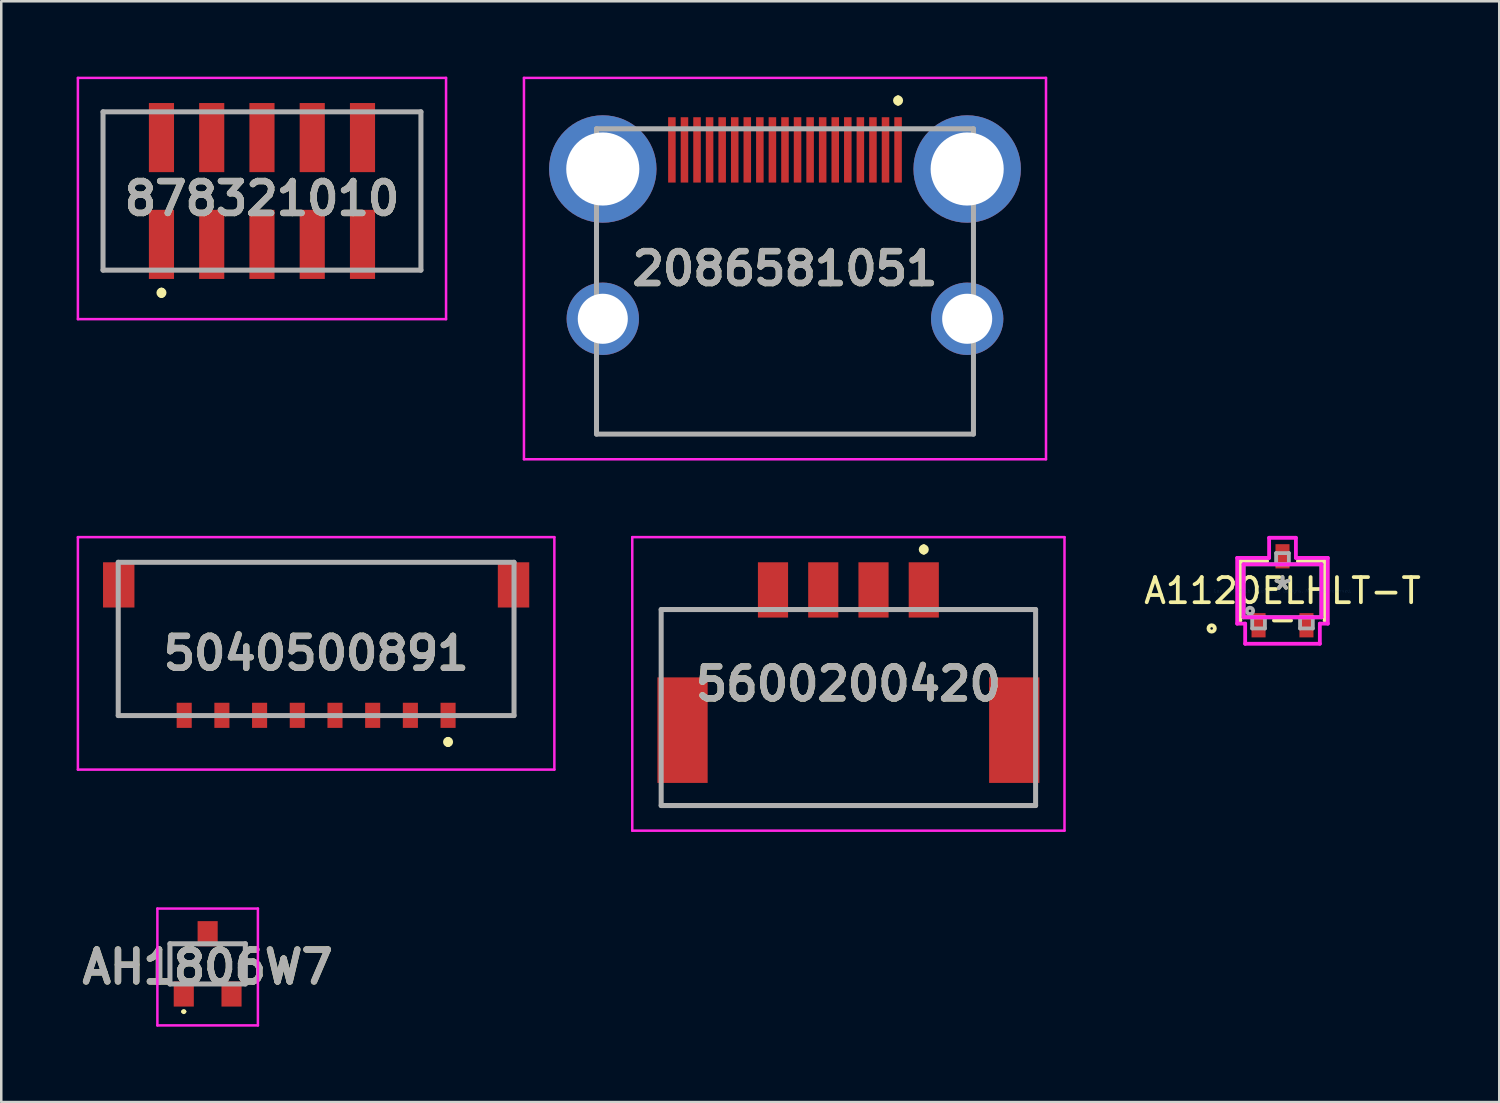
<source format=kicad_pcb>
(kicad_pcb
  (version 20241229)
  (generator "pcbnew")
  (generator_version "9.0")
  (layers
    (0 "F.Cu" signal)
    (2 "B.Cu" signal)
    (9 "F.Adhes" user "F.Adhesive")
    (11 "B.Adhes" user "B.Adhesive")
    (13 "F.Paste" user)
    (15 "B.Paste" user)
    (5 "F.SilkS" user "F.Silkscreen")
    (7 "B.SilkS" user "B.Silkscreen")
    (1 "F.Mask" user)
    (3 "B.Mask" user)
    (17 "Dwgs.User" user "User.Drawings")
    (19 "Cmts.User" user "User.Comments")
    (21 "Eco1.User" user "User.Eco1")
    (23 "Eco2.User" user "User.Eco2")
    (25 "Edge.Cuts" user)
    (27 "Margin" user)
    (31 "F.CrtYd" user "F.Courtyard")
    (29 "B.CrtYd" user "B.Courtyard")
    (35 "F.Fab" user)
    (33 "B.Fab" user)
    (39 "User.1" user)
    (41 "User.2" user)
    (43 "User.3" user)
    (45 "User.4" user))
  (footprint "A1120ELHLT-T"
    (layer "F.Cu")
    (at 47.985 20.459)
    (property "Reference" "A1120ELHLT-T" (at 0 0 0) (layer "F.SilkS") (effects (font (size 1 1) (thickness 0.15))))
    (attr through_hole)
    (fp_line (start -1.676 -1.181) (end -1.676 1.181) (stroke (width 0.152) (type solid)) (layer "F.SilkS"))
    (fp_line (start -0.612 -1.181) (end -1.676 -1.181) (stroke (width 0.152) (type solid)) (layer "F.SilkS"))
    (fp_line (start -0.34 1.181) (end 0.34 1.181) (stroke (width 0.152) (type solid)) (layer "F.SilkS"))
    (fp_line (start 1.676 -1.181) (end 0.612 -1.181) (stroke (width 0.152) (type solid)) (layer "F.SilkS"))
    (fp_line (start 1.676 1.181) (end 1.676 -1.181) (stroke (width 0.152) (type solid)) (layer "F.SilkS"))
    (fp_circle (center -2.819 1.499) (end -2.692 1.499) (stroke (width 0.152) (type solid)) (fill no) (layer "F.SilkS"))
    (fp_line (start -1.803 -1.308) (end -0.533 -1.308) (stroke (width 0.152) (type solid)) (layer "F.CrtYd"))
    (fp_line (start -1.803 1.308) (end -1.803 -1.308) (stroke (width 0.152) (type solid)) (layer "F.CrtYd"))
    (fp_line (start -1.549 -1.054) (end 1.549 -1.054) (stroke (width 0.152) (type solid)) (layer "F.CrtYd"))
    (fp_line (start -1.549 1.054) (end -1.549 -1.054) (stroke (width 0.152) (type solid)) (layer "F.CrtYd"))
    (fp_line (start -1.486 1.308) (end -1.803 1.308) (stroke (width 0.152) (type solid)) (layer "F.CrtYd"))
    (fp_line (start -1.486 2.108) (end -1.486 1.308) (stroke (width 0.152) (type solid)) (layer "F.CrtYd"))
    (fp_line (start -0.533 -2.108) (end 0.533 -2.108) (stroke (width 0.152) (type solid)) (layer "F.CrtYd"))
    (fp_line (start -0.533 -1.308) (end -0.533 -2.108) (stroke (width 0.152) (type solid)) (layer "F.CrtYd"))
    (fp_line (start 0.533 -2.108) (end 0.533 -1.308) (stroke (width 0.152) (type solid)) (layer "F.CrtYd"))
    (fp_line (start 0.533 -1.308) (end 1.803 -1.308) (stroke (width 0.152) (type solid)) (layer "F.CrtYd"))
    (fp_line (start 1.486 1.308) (end 1.486 2.108) (stroke (width 0.152) (type solid)) (layer "F.CrtYd"))
    (fp_line (start 1.486 2.108) (end -1.486 2.108) (stroke (width 0.152) (type solid)) (layer "F.CrtYd"))
    (fp_line (start 1.549 -1.054) (end 1.549 1.054) (stroke (width 0.152) (type solid)) (layer "F.CrtYd"))
    (fp_line (start 1.549 1.054) (end -1.549 1.054) (stroke (width 0.152) (type solid)) (layer "F.CrtYd"))
    (fp_line (start 1.803 -1.308) (end 1.803 1.308) (stroke (width 0.152) (type solid)) (layer "F.CrtYd"))
    (fp_line (start 1.803 1.308) (end 1.486 1.308) (stroke (width 0.152) (type solid)) (layer "F.CrtYd"))
    (fp_line (start -1.549 -1.054) (end -1.549 1.054) (stroke (width 0.152) (type solid)) (layer "F.Fab"))
    (fp_line (start -1.549 1.054) (end 1.549 1.054) (stroke (width 0.152) (type solid)) (layer "F.Fab"))
    (fp_line (start -1.206 1.054) (end -1.206 1.499) (stroke (width 0.152) (type solid)) (layer "F.Fab"))
    (fp_line (start -1.206 1.499) (end -0.699 1.499) (stroke (width 0.152) (type solid)) (layer "F.Fab"))
    (fp_line (start -0.699 1.054) (end -1.206 1.054) (stroke (width 0.152) (type solid)) (layer "F.Fab"))
    (fp_line (start -0.699 1.499) (end -0.699 1.054) (stroke (width 0.152) (type solid)) (layer "F.Fab"))
    (fp_line (start -0.254 -1.499) (end -0.254 -1.054) (stroke (width 0.152) (type solid)) (layer "F.Fab"))
    (fp_line (start -0.254 -1.054) (end 0.254 -1.054) (stroke (width 0.152) (type solid)) (layer "F.Fab"))
    (fp_line (start 0.254 -1.499) (end -0.254 -1.499) (stroke (width 0.152) (type solid)) (layer "F.Fab"))
    (fp_line (start 0.254 -1.054) (end 0.254 -1.499) (stroke (width 0.152) (type solid)) (layer "F.Fab"))
    (fp_line (start 0.699 1.054) (end 0.699 1.499) (stroke (width 0.152) (type solid)) (layer "F.Fab"))
    (fp_line (start 0.699 1.499) (end 1.206 1.499) (stroke (width 0.152) (type solid)) (layer "F.Fab"))
    (fp_line (start 1.206 1.054) (end 0.699 1.054) (stroke (width 0.152) (type solid)) (layer "F.Fab"))
    (fp_line (start 1.206 1.499) (end 1.206 1.054) (stroke (width 0.152) (type solid)) (layer "F.Fab"))
    (fp_line (start 1.549 -1.054) (end -1.549 -1.054) (stroke (width 0.152) (type solid)) (layer "F.Fab"))
    (fp_line (start 1.549 1.054) (end 1.549 -1.054) (stroke (width 0.152) (type solid)) (layer "F.Fab"))
    (fp_circle (center -1.295 0.8) (end -1.168 0.8) (stroke (width 0.152) (type solid)) (fill no) (layer "F.Fab"))
    (fp_text user "*" (at 0 0 0) (layer "F.SilkS") (effects (font (size 1 1) (thickness 0.15))))
    (fp_text user "Copyright 2016 Accelerated Designs. All rights reserved." (at 0 0 0) (layer "Cmts.User") (effects (font (size 0.127 0.127) (thickness 0.002))))
    (fp_text user "*" (at 0 0 0) (layer "F.Fab") (effects (font (size 1 1) (thickness 0.15))))
    (pad "1" smd rect (at -0.953 1.372) (size 0.559 0.965) (layers "F.Cu" "F.Mask" "F.Paste"))
    (pad "2" smd rect (at 0.953 1.372) (size 0.559 0.965) (layers "F.Cu" "F.Mask" "F.Paste"))
    (pad "3" smd rect (at 0 -1.372) (size 0.559 0.965) (layers "F.Cu" "F.Mask" "F.Paste")))
  (footprint "5040500891"
    (layer "F.Cu")
    (at 16.76 22.375)
    (property "Reference" "5040500891" (at -7.23 0.575 0) (layer "F.SilkS") (effects (font (size 1.27 1.27) (thickness 0.254))))
    (attr smd)
    (fp_line (start -15.105 -1) (end -15.105 3.05) (stroke (width 0.1) (type solid)) (layer "F.SilkS"))
    (fp_line (start -15.105 3.05) (end -13.23 3.05) (stroke (width 0.1) (type solid)) (layer "F.SilkS"))
    (fp_line (start -14.23 -3.05) (end -0.23 -3.05) (stroke (width 0.1) (type solid)) (layer "F.SilkS"))
    (fp_line (start -1.98 4) (end -1.98 4) (stroke (width 0.2) (type solid)) (layer "F.SilkS"))
    (fp_line (start -1.98 4.2) (end -1.98 4.2) (stroke (width 0.2) (type solid)) (layer "F.SilkS"))
    (fp_line (start 0.645 -1) (end 0.645 3.05) (stroke (width 0.1) (type solid)) (layer "F.SilkS"))
    (fp_line (start 0.645 3.05) (end -1.23 3.05) (stroke (width 0.1) (type solid)) (layer "F.SilkS"))
    (fp_arc (start -1.98 4) (mid -1.88 4.1) (end -1.98 4.2) (stroke (width 0.2) (type solid)) (layer "F.SilkS"))
    (fp_arc (start -1.98 4.2) (mid -2.08 4.1) (end -1.98 4) (stroke (width 0.2) (type solid)) (layer "F.SilkS"))
    (fp_line (start -16.71 -4.05) (end 2.25 -4.05) (stroke (width 0.1) (type solid)) (layer "F.CrtYd"))
    (fp_line (start -16.71 5.2) (end -16.71 -4.05) (stroke (width 0.1) (type solid)) (layer "F.CrtYd"))
    (fp_line (start 2.25 -4.05) (end 2.25 5.2) (stroke (width 0.1) (type solid)) (layer "F.CrtYd"))
    (fp_line (start 2.25 5.2) (end -16.71 5.2) (stroke (width 0.1) (type solid)) (layer "F.CrtYd"))
    (fp_line (start -15.105 -3.05) (end 0.645 -3.05) (stroke (width 0.2) (type solid)) (layer "F.Fab"))
    (fp_line (start -15.105 3.05) (end -15.105 -3.05) (stroke (width 0.2) (type solid)) (layer "F.Fab"))
    (fp_line (start 0.645 -3.05) (end 0.645 3.05) (stroke (width 0.2) (type solid)) (layer "F.Fab"))
    (fp_line (start 0.645 3.05) (end -15.105 3.05) (stroke (width 0.2) (type solid)) (layer "F.Fab"))
    (fp_text user "${REFERENCE}" (at -7.23 0.575 0) (layer "F.Fab") (effects (font (size 1.27 1.27) (thickness 0.254))))
    (pad "1" smd rect (at -1.98 3.04) (size 0.6 1) (layers "F.Cu" "F.Mask" "F.Paste"))
    (pad "2" smd rect (at -3.48 3.04) (size 0.6 1) (layers "F.Cu" "F.Mask" "F.Paste"))
    (pad "3" smd rect (at -4.98 3.04) (size 0.6 1) (layers "F.Cu" "F.Mask" "F.Paste"))
    (pad "4" smd rect (at -6.48 3.04) (size 0.6 1) (layers "F.Cu" "F.Mask" "F.Paste"))
    (pad "5" smd rect (at -7.98 3.04) (size 0.6 1) (layers "F.Cu" "F.Mask" "F.Paste"))
    (pad "6" smd rect (at -9.48 3.04) (size 0.6 1) (layers "F.Cu" "F.Mask" "F.Paste"))
    (pad "7" smd rect (at -10.98 3.04) (size 0.6 1) (layers "F.Cu" "F.Mask" "F.Paste"))
    (pad "8" smd rect (at -12.48 3.04) (size 0.6 1) (layers "F.Cu" "F.Mask" "F.Paste"))
    (pad "MP1" smd rect (at 0.625 -2.15) (size 1.25 1.8) (layers "F.Cu" "F.Mask" "F.Paste"))
    (pad "MP2" smd rect (at -15.085 -2.15) (size 1.25 1.8) (layers "F.Cu" "F.Mask" "F.Paste")))
  (footprint "5600200420"
    (layer "F.Cu")
    (at 30.71 24.715)
    (property "Reference" "5600200420" (at 0 -0.55 0) (layer "F.SilkS") (effects (font (size 1.27 1.27) (thickness 0.254))))
    (attr smd)
    (fp_line (start -7.45 -3.51) (end -4.5 -3.51) (stroke (width 0.1) (type solid)) (layer "F.SilkS"))
    (fp_line (start -7.45 -1.71) (end -7.45 -3.51) (stroke (width 0.1) (type solid)) (layer "F.SilkS"))
    (fp_line (start -7.45 4.29) (end 7.45 4.29) (stroke (width 0.1) (type solid)) (layer "F.SilkS"))
    (fp_line (start 3 -6) (end 3 -6) (stroke (width 0.2) (type solid)) (layer "F.SilkS"))
    (fp_line (start 3 -5.8) (end 3 -5.8) (stroke (width 0.2) (type solid)) (layer "F.SilkS"))
    (fp_line (start 7.45 -3.51) (end 4.5 -3.51) (stroke (width 0.1) (type solid)) (layer "F.SilkS"))
    (fp_line (start 7.45 -1.71) (end 7.45 -3.51) (stroke (width 0.1) (type solid)) (layer "F.SilkS"))
    (fp_arc (start 3 -6) (mid 3.1 -5.9) (end 3 -5.8) (stroke (width 0.2) (type solid)) (layer "F.SilkS"))
    (fp_arc (start 3 -5.8) (mid 2.9 -5.9) (end 3 -6) (stroke (width 0.2) (type solid)) (layer "F.SilkS"))
    (fp_line (start -8.6 -6.39) (end 8.6 -6.39) (stroke (width 0.1) (type solid)) (layer "F.CrtYd"))
    (fp_line (start -8.6 5.29) (end -8.6 -6.39) (stroke (width 0.1) (type solid)) (layer "F.CrtYd"))
    (fp_line (start 8.6 -6.39) (end 8.6 5.29) (stroke (width 0.1) (type solid)) (layer "F.CrtYd"))
    (fp_line (start 8.6 5.29) (end -8.6 5.29) (stroke (width 0.1) (type solid)) (layer "F.CrtYd"))
    (fp_line (start -7.45 -3.51) (end 7.45 -3.51) (stroke (width 0.2) (type solid)) (layer "F.Fab"))
    (fp_line (start -7.45 4.29) (end -7.45 -3.51) (stroke (width 0.2) (type solid)) (layer "F.Fab"))
    (fp_line (start 7.45 -3.51) (end 7.45 4.29) (stroke (width 0.2) (type solid)) (layer "F.Fab"))
    (fp_line (start 7.45 4.29) (end -7.45 4.29) (stroke (width 0.2) (type solid)) (layer "F.Fab"))
    (fp_text user "${REFERENCE}" (at 0 -0.55 0) (layer "F.Fab") (effects (font (size 1.27 1.27) (thickness 0.254))))
    (pad "1" smd rect (at 3 -4.29) (size 1.2 2.2) (layers "F.Cu" "F.Mask" "F.Paste"))
    (pad "2" smd rect (at 1 -4.29) (size 1.2 2.2) (layers "F.Cu" "F.Mask" "F.Paste"))
    (pad "3" smd rect (at -1 -4.29) (size 1.2 2.2) (layers "F.Cu" "F.Mask" "F.Paste"))
    (pad "4" smd rect (at -3 -4.29) (size 1.2 2.2) (layers "F.Cu" "F.Mask" "F.Paste"))
    (pad "MP1" smd rect (at -6.6 1.29) (size 2 4.2) (layers "F.Cu" "F.Mask" "F.Paste"))
    (pad "MP2" smd rect (at 6.6 1.29) (size 2 4.2) (layers "F.Cu" "F.Mask" "F.Paste")))
  (footprint "AH1806W7"
    (layer "F.Cu")
    (at 5.213 35.305)
    (property "Reference" "AH1806W7" (at 0 0.125 0) (layer "F.SilkS") (effects (font (size 1.27 1.27) (thickness 0.254))))
    (attr smd)
    (fp_line (start -1.5 -0.8) (end -1.5 0.8) (stroke (width 0.1) (type solid)) (layer "F.SilkS"))
    (fp_line (start -1 1.9) (end -1 1.9) (stroke (width 0.1) (type solid)) (layer "F.SilkS"))
    (fp_line (start -0.95 -0.8) (end -1.5 -0.8) (stroke (width 0.1) (type solid)) (layer "F.SilkS"))
    (fp_line (start -0.9 1.9) (end -0.9 1.9) (stroke (width 0.1) (type solid)) (layer "F.SilkS"))
    (fp_line (start 1.5 -0.8) (end 1 -0.8) (stroke (width 0.1) (type solid)) (layer "F.SilkS"))
    (fp_line (start 1.5 0.8) (end 1.5 -0.8) (stroke (width 0.1) (type solid)) (layer "F.SilkS"))
    (fp_arc (start -1 1.9) (mid -0.95 1.85) (end -0.9 1.9) (stroke (width 0.1) (type solid)) (layer "F.SilkS"))
    (fp_arc (start -0.9 1.9) (mid -0.95 1.95) (end -1 1.9) (stroke (width 0.1) (type solid)) (layer "F.SilkS"))
    (fp_line (start -2 -2.2) (end 2 -2.2) (stroke (width 0.1) (type solid)) (layer "F.CrtYd"))
    (fp_line (start -2 2.45) (end -2 -2.2) (stroke (width 0.1) (type solid)) (layer "F.CrtYd"))
    (fp_line (start 2 -2.2) (end 2 2.45) (stroke (width 0.1) (type solid)) (layer "F.CrtYd"))
    (fp_line (start 2 2.45) (end -2 2.45) (stroke (width 0.1) (type solid)) (layer "F.CrtYd"))
    (fp_line (start -1.5 -0.8) (end 1.5 -0.8) (stroke (width 0.2) (type solid)) (layer "F.Fab"))
    (fp_line (start -1.5 0.8) (end -1.5 -0.8) (stroke (width 0.2) (type solid)) (layer "F.Fab"))
    (fp_line (start 1.5 -0.8) (end 1.5 0.8) (stroke (width 0.2) (type solid)) (layer "F.Fab"))
    (fp_line (start 1.5 0.8) (end -1.5 0.8) (stroke (width 0.2) (type solid)) (layer "F.Fab"))
    (fp_text user "${REFERENCE}" (at 0 0.125 0) (layer "F.Fab") (effects (font (size 1.27 1.27) (thickness 0.254))))
    (pad "1" smd rect (at -0.95 1.2) (size 0.8 1) (layers "F.Cu" "F.Mask" "F.Paste"))
    (pad "2" smd rect (at 0 -1.2) (size 0.8 1) (layers "F.Cu" "F.Mask" "F.Paste"))
    (pad "3" smd rect (at 0.95 1.2) (size 0.8 1) (layers "F.Cu" "F.Mask" "F.Paste")))
  (footprint "878321010"
    (layer "F.Cu")
    (at 7.375 4.55)
    (property "Reference" "878321010" (at 0 0.3 0) (layer "F.SilkS") (effects (font (size 1.27 1.27) (thickness 0.254))))
    (attr through_hole)
    (fp_line (start -6.325 -3.15) (end -6.325 3.15) (stroke (width 0.1) (type solid)) (layer "F.SilkS"))
    (fp_line (start -6.325 3.15) (end -5 3.15) (stroke (width 0.1) (type solid)) (layer "F.SilkS"))
    (fp_line (start -5 -3.15) (end -6.325 -3.15) (stroke (width 0.1) (type solid)) (layer "F.SilkS"))
    (fp_line (start -4 4) (end -4 4) (stroke (width 0.3) (type solid)) (layer "F.SilkS"))
    (fp_line (start -4 4.1) (end -4 4.1) (stroke (width 0.3) (type solid)) (layer "F.SilkS"))
    (fp_line (start 5 -3.15) (end 6.325 -3.15) (stroke (width 0.1) (type solid)) (layer "F.SilkS"))
    (fp_line (start 6.325 -3.15) (end 6.325 3.15) (stroke (width 0.1) (type solid)) (layer "F.SilkS"))
    (fp_line (start 6.325 3.15) (end 5 3.15) (stroke (width 0.1) (type solid)) (layer "F.SilkS"))
    (fp_arc (start -4 4) (mid -3.95 4.05) (end -4 4.1) (stroke (width 0.3) (type solid)) (layer "F.SilkS"))
    (fp_arc (start -4 4.1) (mid -4.05 4.05) (end -4 4) (stroke (width 0.3) (type solid)) (layer "F.SilkS"))
    (fp_line (start -7.325 -4.5) (end 7.325 -4.5) (stroke (width 0.1) (type solid)) (layer "F.CrtYd"))
    (fp_line (start -7.325 5.1) (end -7.325 -4.5) (stroke (width 0.1) (type solid)) (layer "F.CrtYd"))
    (fp_line (start 7.325 -4.5) (end 7.325 5.1) (stroke (width 0.1) (type solid)) (layer "F.CrtYd"))
    (fp_line (start 7.325 5.1) (end -7.325 5.1) (stroke (width 0.1) (type solid)) (layer "F.CrtYd"))
    (fp_line (start -6.325 -3.15) (end 6.325 -3.15) (stroke (width 0.2) (type solid)) (layer "F.Fab"))
    (fp_line (start -6.325 3.15) (end -6.325 -3.15) (stroke (width 0.2) (type solid)) (layer "F.Fab"))
    (fp_line (start 6.325 -3.15) (end 6.325 3.15) (stroke (width 0.2) (type solid)) (layer "F.Fab"))
    (fp_line (start 6.325 3.15) (end -6.325 3.15) (stroke (width 0.2) (type solid)) (layer "F.Fab"))
    (fp_text user "${REFERENCE}" (at 0 0.3 0) (layer "F.Fab") (effects (font (size 1.27 1.27) (thickness 0.254))))
    (pad "" np_thru_hole circle (at -3 0) (size 0.001 0.001) (drill 1.05) (layers "*.Cu" "*.Mask"))
    (pad "" np_thru_hole circle (at 3 0) (size 0.001 0.001) (drill 1.05) (layers "*.Cu" "*.Mask"))
    (pad "1" smd rect (at -4 2.125) (size 1 2.75) (layers "F.Cu" "F.Mask" "F.Paste"))
    (pad "2" smd rect (at -4 -2.125) (size 1 2.75) (layers "F.Cu" "F.Mask" "F.Paste"))
    (pad "3" smd rect (at -2 2.125) (size 1 2.75) (layers "F.Cu" "F.Mask" "F.Paste"))
    (pad "4" smd rect (at -2 -2.125) (size 1 2.75) (layers "F.Cu" "F.Mask" "F.Paste"))
    (pad "5" smd rect (at 0 2.125) (size 1 2.75) (layers "F.Cu" "F.Mask" "F.Paste"))
    (pad "6" smd rect (at 0 -2.125) (size 1 2.75) (layers "F.Cu" "F.Mask" "F.Paste"))
    (pad "7" smd rect (at 2 2.125) (size 1 2.75) (layers "F.Cu" "F.Mask" "F.Paste"))
    (pad "8" smd rect (at 2 -2.125) (size 1 2.75) (layers "F.Cu" "F.Mask" "F.Paste"))
    (pad "9" smd rect (at 4 2.125) (size 1 2.75) (layers "F.Cu" "F.Mask" "F.Paste"))
    (pad "10" smd rect (at 4 -2.125) (size 1 2.75) (layers "F.Cu" "F.Mask" "F.Paste")))
  (footprint "2086581051"
    (layer "F.Cu")
    (at 28.187 8.15)
    (property "Reference" "2086581051" (at 0 -0.512 0) (layer "F.SilkS") (effects (font (size 1.27 1.27) (thickness 0.254))))
    (attr through_hole)
    (fp_line (start -7.5 3.5) (end -7.5 6.075) (stroke (width 0.1) (type solid)) (layer "F.SilkS"))
    (fp_line (start -7.5 6.075) (end 7.5 6.075) (stroke (width 0.1) (type solid)) (layer "F.SilkS"))
    (fp_line (start 4.5 -7.3) (end 4.5 -7.3) (stroke (width 0.2) (type solid)) (layer "F.SilkS"))
    (fp_line (start 4.5 -7.1) (end 4.5 -7.1) (stroke (width 0.2) (type solid)) (layer "F.SilkS"))
    (fp_line (start 7.5 6.075) (end 7.5 3.5) (stroke (width 0.1) (type solid)) (layer "F.SilkS"))
    (fp_arc (start 4.5 -7.3) (mid 4.6 -7.2) (end 4.5 -7.1) (stroke (width 0.2) (type solid)) (layer "F.SilkS"))
    (fp_arc (start 4.5 -7.1) (mid 4.4 -7.2) (end 4.5 -7.3) (stroke (width 0.2) (type solid)) (layer "F.SilkS"))
    (fp_line (start -10.387 -8.1) (end 10.387 -8.1) (stroke (width 0.1) (type solid)) (layer "F.CrtYd"))
    (fp_line (start -10.387 7.075) (end -10.387 -8.1) (stroke (width 0.1) (type solid)) (layer "F.CrtYd"))
    (fp_line (start 10.387 -8.1) (end 10.387 7.075) (stroke (width 0.1) (type solid)) (layer "F.CrtYd"))
    (fp_line (start 10.387 7.075) (end -10.387 7.075) (stroke (width 0.1) (type solid)) (layer "F.CrtYd"))
    (fp_line (start -7.5 -6.075) (end 7.5 -6.075) (stroke (width 0.2) (type solid)) (layer "F.Fab"))
    (fp_line (start -7.5 6.075) (end -7.5 -6.075) (stroke (width 0.2) (type solid)) (layer "F.Fab"))
    (fp_line (start 7.5 -6.075) (end 7.5 6.075) (stroke (width 0.2) (type solid)) (layer "F.Fab"))
    (fp_line (start 7.5 6.075) (end -7.5 6.075) (stroke (width 0.2) (type solid)) (layer "F.Fab"))
    (fp_text user "${REFERENCE}" (at 0 -0.512 0) (layer "F.Fab") (effects (font (size 1.27 1.27) (thickness 0.254))))
    (pad "1" smd rect (at 4.5 -5.235) (size 0.3 2.6) (layers "F.Cu" "F.Mask" "F.Paste"))
    (pad "2" smd rect (at 4 -5.235) (size 0.3 2.6) (layers "F.Cu" "F.Mask" "F.Paste"))
    (pad "3" smd rect (at 3.5 -5.235) (size 0.3 2.6) (layers "F.Cu" "F.Mask" "F.Paste"))
    (pad "4" smd rect (at 3 -5.235) (size 0.3 2.6) (layers "F.Cu" "F.Mask" "F.Paste"))
    (pad "5" smd rect (at 2.5 -5.235) (size 0.3 2.6) (layers "F.Cu" "F.Mask" "F.Paste"))
    (pad "6" smd rect (at 2 -5.235) (size 0.3 2.6) (layers "F.Cu" "F.Mask" "F.Paste"))
    (pad "7" smd rect (at 1.5 -5.235) (size 0.3 2.6) (layers "F.Cu" "F.Mask" "F.Paste"))
    (pad "8" smd rect (at 1 -5.235) (size 0.3 2.6) (layers "F.Cu" "F.Mask" "F.Paste"))
    (pad "9" smd rect (at 0.5 -5.235) (size 0.3 2.6) (layers "F.Cu" "F.Mask" "F.Paste"))
    (pad "10" smd rect (at 0 -5.235) (size 0.3 2.6) (layers "F.Cu" "F.Mask" "F.Paste"))
    (pad "11" smd rect (at -0.5 -5.235) (size 0.3 2.6) (layers "F.Cu" "F.Mask" "F.Paste"))
    (pad "12" smd rect (at -1 -5.235) (size 0.3 2.6) (layers "F.Cu" "F.Mask" "F.Paste"))
    (pad "13" smd rect (at -1.5 -5.235) (size 0.3 2.6) (layers "F.Cu" "F.Mask" "F.Paste"))
    (pad "14" smd rect (at -2 -5.235) (size 0.3 2.6) (layers "F.Cu" "F.Mask" "F.Paste"))
    (pad "15" smd rect (at -2.5 -5.235) (size 0.3 2.6) (layers "F.Cu" "F.Mask" "F.Paste"))
    (pad "16" smd rect (at -3 -5.235) (size 0.3 2.6) (layers "F.Cu" "F.Mask" "F.Paste"))
    (pad "17" smd rect (at -3.5 -5.235) (size 0.3 2.6) (layers "F.Cu" "F.Mask" "F.Paste"))
    (pad "18" smd rect (at -4 -5.235) (size 0.3 2.6) (layers "F.Cu" "F.Mask" "F.Paste"))
    (pad "19" smd rect (at -4.5 -5.235) (size 0.3 2.6) (layers "F.Cu" "F.Mask" "F.Paste"))
    (pad "MH1" thru_hole circle (at -7.25 -4.475) (size 4.275 4.275) (drill 2.909) (layers "*.Cu" "*.Mask"))
    (pad "MH2" thru_hole circle (at 7.25 -4.475) (size 4.275 4.275) (drill 2.909) (layers "*.Cu" "*.Mask"))
    (pad "MH3" thru_hole circle (at -7.25 1.485) (size 2.88 2.88) (drill 1.992) (layers "*.Cu" "*.Mask"))
    (pad "MH4" thru_hole circle (at 7.25 1.485) (size 2.88 2.88) (drill 1.992) (layers "*.Cu" "*.Mask")))
  (gr_rect
    (start -3 -3)
    (end 56.61 40.805)
    (stroke (width 0.1) (type default))
    (fill no)
    (layer "Edge.Cuts")))
</source>
